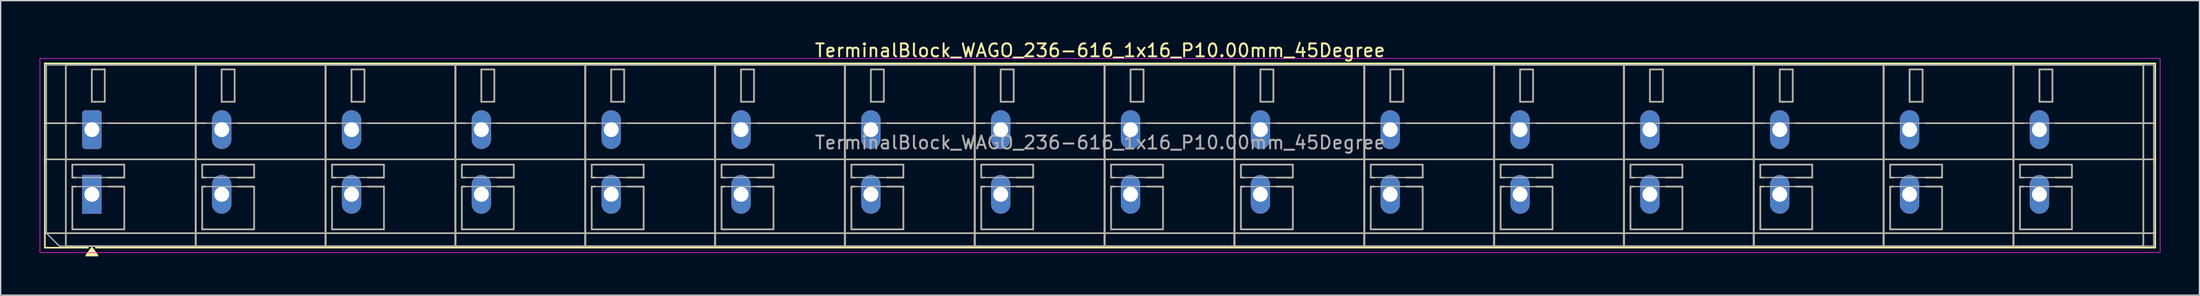
<source format=kicad_pcb>
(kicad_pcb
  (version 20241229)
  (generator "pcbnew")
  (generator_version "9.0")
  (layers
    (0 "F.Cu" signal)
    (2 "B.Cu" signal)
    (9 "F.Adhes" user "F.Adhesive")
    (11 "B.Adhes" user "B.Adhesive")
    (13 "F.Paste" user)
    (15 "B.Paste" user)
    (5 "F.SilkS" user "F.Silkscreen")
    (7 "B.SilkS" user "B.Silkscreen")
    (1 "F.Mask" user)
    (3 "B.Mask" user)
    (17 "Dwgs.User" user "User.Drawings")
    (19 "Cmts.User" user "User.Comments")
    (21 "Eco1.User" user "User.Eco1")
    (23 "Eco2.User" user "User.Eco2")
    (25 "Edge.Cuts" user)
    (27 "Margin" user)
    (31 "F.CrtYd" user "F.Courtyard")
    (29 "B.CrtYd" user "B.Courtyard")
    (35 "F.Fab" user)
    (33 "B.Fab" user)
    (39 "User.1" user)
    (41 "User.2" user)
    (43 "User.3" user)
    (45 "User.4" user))
  (footprint "TerminalBlock_WAGO_236-616_1x16_P10.00mm_45Degree"
    (layer "F.Cu")
    (at 4.025 6.968)
    (property "Reference" "TerminalBlock_WAGO_236-616_1x16_P10.00mm_45Degree" (at 77.65 -6.12 0) (layer "F.SilkS") (effects (font (size 1 1) (thickness 0.15))))
    (attr through_hole)
    (fp_line (start -3.62 -5.12) (end -3.62 9.12) (stroke (width 0.12) (type solid)) (layer "F.SilkS"))
    (fp_line (start -3.62 -5.12) (end 158.92 -5.12) (stroke (width 0.12) (type solid)) (layer "F.SilkS"))
    (fp_line (start -3.62 -0.5) (end -1.23 -0.5) (stroke (width 0.12) (type solid)) (layer "F.SilkS"))
    (fp_line (start -3.62 2.3) (end 158.92 2.3) (stroke (width 0.12) (type solid)) (layer "F.SilkS"))
    (fp_line (start -3.62 8) (end 158.92 8) (stroke (width 0.12) (type solid)) (layer "F.SilkS"))
    (fp_line (start -3.62 9.12) (end -0.3 9.12) (stroke (width 0.12) (type solid)) (layer "F.SilkS"))
    (fp_line (start -2 -5) (end -2 9) (stroke (width 0.12) (type solid)) (layer "F.SilkS"))
    (fp_line (start -2 -5) (end 8 -5) (stroke (width 0.12) (type solid)) (layer "F.SilkS"))
    (fp_line (start -2 9) (end 8 9) (stroke (width 0.12) (type solid)) (layer "F.SilkS"))
    (fp_line (start -1.5 2.7) (end -1.5 3.7) (stroke (width 0.12) (type solid)) (layer "F.SilkS"))
    (fp_line (start -1.5 2.7) (end 2.5 2.7) (stroke (width 0.12) (type solid)) (layer "F.SilkS"))
    (fp_line (start -1.5 3.7) (end -1.23 3.7) (stroke (width 0.12) (type solid)) (layer "F.SilkS"))
    (fp_line (start -1.5 4.4) (end -1.5 7.7) (stroke (width 0.12) (type solid)) (layer "F.SilkS"))
    (fp_line (start -1.5 4.4) (end -1.23 4.4) (stroke (width 0.12) (type solid)) (layer "F.SilkS"))
    (fp_line (start -1.5 7.7) (end 2.5 7.7) (stroke (width 0.12) (type solid)) (layer "F.SilkS"))
    (fp_line (start 0 -4.65) (end 0 -2.15) (stroke (width 0.12) (type solid)) (layer "F.SilkS"))
    (fp_line (start 0 -4.65) (end 1 -4.65) (stroke (width 0.12) (type solid)) (layer "F.SilkS"))
    (fp_line (start 0 -2.15) (end 1 -2.15) (stroke (width 0.12) (type solid)) (layer "F.SilkS"))
    (fp_line (start 0.3 9.12) (end 158.92 9.12) (stroke (width 0.12) (type solid)) (layer "F.SilkS"))
    (fp_line (start 1 -4.65) (end 1 -2.15) (stroke (width 0.12) (type solid)) (layer "F.SilkS"))
    (fp_line (start 1.23 -0.5) (end 8.77 -0.5) (stroke (width 0.12) (type solid)) (layer "F.SilkS"))
    (fp_line (start 1.23 3.7) (end 2.5 3.7) (stroke (width 0.12) (type solid)) (layer "F.SilkS"))
    (fp_line (start 1.23 4.4) (end 2.5 4.4) (stroke (width 0.12) (type solid)) (layer "F.SilkS"))
    (fp_line (start 2.5 2.7) (end 2.5 3.7) (stroke (width 0.12) (type solid)) (layer "F.SilkS"))
    (fp_line (start 2.5 4.4) (end 2.5 7.7) (stroke (width 0.12) (type solid)) (layer "F.SilkS"))
    (fp_line (start 8 -5) (end 8 9) (stroke (width 0.12) (type solid)) (layer "F.SilkS"))
    (fp_line (start 8 -5) (end 8 9) (stroke (width 0.12) (type solid)) (layer "F.SilkS"))
    (fp_line (start 8 -5) (end 18 -5) (stroke (width 0.12) (type solid)) (layer "F.SilkS"))
    (fp_line (start 8 9) (end 18 9) (stroke (width 0.12) (type solid)) (layer "F.SilkS"))
    (fp_line (start 8.5 2.7) (end 8.5 3.7) (stroke (width 0.12) (type solid)) (layer "F.SilkS"))
    (fp_line (start 8.5 2.7) (end 12.5 2.7) (stroke (width 0.12) (type solid)) (layer "F.SilkS"))
    (fp_line (start 8.5 3.7) (end 8.77 3.7) (stroke (width 0.12) (type solid)) (layer "F.SilkS"))
    (fp_line (start 8.5 4.4) (end 8.5 7.7) (stroke (width 0.12) (type solid)) (layer "F.SilkS"))
    (fp_line (start 8.5 4.4) (end 8.77 4.4) (stroke (width 0.12) (type solid)) (layer "F.SilkS"))
    (fp_line (start 8.5 7.7) (end 12.5 7.7) (stroke (width 0.12) (type solid)) (layer "F.SilkS"))
    (fp_line (start 10 -4.65) (end 10 -2.15) (stroke (width 0.12) (type solid)) (layer "F.SilkS"))
    (fp_line (start 10 -4.65) (end 11 -4.65) (stroke (width 0.12) (type solid)) (layer "F.SilkS"))
    (fp_line (start 10 -2.15) (end 11 -2.15) (stroke (width 0.12) (type solid)) (layer "F.SilkS"))
    (fp_line (start 11 -4.65) (end 11 -2.15) (stroke (width 0.12) (type solid)) (layer "F.SilkS"))
    (fp_line (start 11.23 -0.5) (end 18.77 -0.5) (stroke (width 0.12) (type solid)) (layer "F.SilkS"))
    (fp_line (start 11.23 3.7) (end 12.5 3.7) (stroke (width 0.12) (type solid)) (layer "F.SilkS"))
    (fp_line (start 11.23 4.4) (end 12.5 4.4) (stroke (width 0.12) (type solid)) (layer "F.SilkS"))
    (fp_line (start 12.5 2.7) (end 12.5 3.7) (stroke (width 0.12) (type solid)) (layer "F.SilkS"))
    (fp_line (start 12.5 4.4) (end 12.5 7.7) (stroke (width 0.12) (type solid)) (layer "F.SilkS"))
    (fp_line (start 18 -5) (end 18 9) (stroke (width 0.12) (type solid)) (layer "F.SilkS"))
    (fp_line (start 18 -5) (end 18 9) (stroke (width 0.12) (type solid)) (layer "F.SilkS"))
    (fp_line (start 18 -5) (end 28 -5) (stroke (width 0.12) (type solid)) (layer "F.SilkS"))
    (fp_line (start 18 9) (end 28 9) (stroke (width 0.12) (type solid)) (layer "F.SilkS"))
    (fp_line (start 18.5 2.7) (end 18.5 3.7) (stroke (width 0.12) (type solid)) (layer "F.SilkS"))
    (fp_line (start 18.5 2.7) (end 22.5 2.7) (stroke (width 0.12) (type solid)) (layer "F.SilkS"))
    (fp_line (start 18.5 3.7) (end 18.77 3.7) (stroke (width 0.12) (type solid)) (layer "F.SilkS"))
    (fp_line (start 18.5 4.4) (end 18.5 7.7) (stroke (width 0.12) (type solid)) (layer "F.SilkS"))
    (fp_line (start 18.5 4.4) (end 18.77 4.4) (stroke (width 0.12) (type solid)) (layer "F.SilkS"))
    (fp_line (start 18.5 7.7) (end 22.5 7.7) (stroke (width 0.12) (type solid)) (layer "F.SilkS"))
    (fp_line (start 20 -4.65) (end 20 -2.15) (stroke (width 0.12) (type solid)) (layer "F.SilkS"))
    (fp_line (start 20 -4.65) (end 21 -4.65) (stroke (width 0.12) (type solid)) (layer "F.SilkS"))
    (fp_line (start 20 -2.15) (end 21 -2.15) (stroke (width 0.12) (type solid)) (layer "F.SilkS"))
    (fp_line (start 21 -4.65) (end 21 -2.15) (stroke (width 0.12) (type solid)) (layer "F.SilkS"))
    (fp_line (start 21.23 -0.5) (end 28.77 -0.5) (stroke (width 0.12) (type solid)) (layer "F.SilkS"))
    (fp_line (start 21.23 3.7) (end 22.5 3.7) (stroke (width 0.12) (type solid)) (layer "F.SilkS"))
    (fp_line (start 21.23 4.4) (end 22.5 4.4) (stroke (width 0.12) (type solid)) (layer "F.SilkS"))
    (fp_line (start 22.5 2.7) (end 22.5 3.7) (stroke (width 0.12) (type solid)) (layer "F.SilkS"))
    (fp_line (start 22.5 4.4) (end 22.5 7.7) (stroke (width 0.12) (type solid)) (layer "F.SilkS"))
    (fp_line (start 28 -5) (end 28 9) (stroke (width 0.12) (type solid)) (layer "F.SilkS"))
    (fp_line (start 28 -5) (end 28 9) (stroke (width 0.12) (type solid)) (layer "F.SilkS"))
    (fp_line (start 28 -5) (end 38 -5) (stroke (width 0.12) (type solid)) (layer "F.SilkS"))
    (fp_line (start 28 9) (end 38 9) (stroke (width 0.12) (type solid)) (layer "F.SilkS"))
    (fp_line (start 28.5 2.7) (end 28.5 3.7) (stroke (width 0.12) (type solid)) (layer "F.SilkS"))
    (fp_line (start 28.5 2.7) (end 32.5 2.7) (stroke (width 0.12) (type solid)) (layer "F.SilkS"))
    (fp_line (start 28.5 3.7) (end 28.77 3.7) (stroke (width 0.12) (type solid)) (layer "F.SilkS"))
    (fp_line (start 28.5 4.4) (end 28.5 7.7) (stroke (width 0.12) (type solid)) (layer "F.SilkS"))
    (fp_line (start 28.5 4.4) (end 28.77 4.4) (stroke (width 0.12) (type solid)) (layer "F.SilkS"))
    (fp_line (start 28.5 7.7) (end 32.5 7.7) (stroke (width 0.12) (type solid)) (layer "F.SilkS"))
    (fp_line (start 30 -4.65) (end 30 -2.15) (stroke (width 0.12) (type solid)) (layer "F.SilkS"))
    (fp_line (start 30 -4.65) (end 31 -4.65) (stroke (width 0.12) (type solid)) (layer "F.SilkS"))
    (fp_line (start 30 -2.15) (end 31 -2.15) (stroke (width 0.12) (type solid)) (layer "F.SilkS"))
    (fp_line (start 31 -4.65) (end 31 -2.15) (stroke (width 0.12) (type solid)) (layer "F.SilkS"))
    (fp_line (start 31.23 -0.5) (end 38.77 -0.5) (stroke (width 0.12) (type solid)) (layer "F.SilkS"))
    (fp_line (start 31.23 3.7) (end 32.5 3.7) (stroke (width 0.12) (type solid)) (layer "F.SilkS"))
    (fp_line (start 31.23 4.4) (end 32.5 4.4) (stroke (width 0.12) (type solid)) (layer "F.SilkS"))
    (fp_line (start 32.5 2.7) (end 32.5 3.7) (stroke (width 0.12) (type solid)) (layer "F.SilkS"))
    (fp_line (start 32.5 4.4) (end 32.5 7.7) (stroke (width 0.12) (type solid)) (layer "F.SilkS"))
    (fp_line (start 38 -5) (end 38 9) (stroke (width 0.12) (type solid)) (layer "F.SilkS"))
    (fp_line (start 38 -5) (end 38 9) (stroke (width 0.12) (type solid)) (layer "F.SilkS"))
    (fp_line (start 38 -5) (end 48 -5) (stroke (width 0.12) (type solid)) (layer "F.SilkS"))
    (fp_line (start 38 9) (end 48 9) (stroke (width 0.12) (type solid)) (layer "F.SilkS"))
    (fp_line (start 38.5 2.7) (end 38.5 3.7) (stroke (width 0.12) (type solid)) (layer "F.SilkS"))
    (fp_line (start 38.5 2.7) (end 42.5 2.7) (stroke (width 0.12) (type solid)) (layer "F.SilkS"))
    (fp_line (start 38.5 3.7) (end 38.77 3.7) (stroke (width 0.12) (type solid)) (layer "F.SilkS"))
    (fp_line (start 38.5 4.4) (end 38.5 7.7) (stroke (width 0.12) (type solid)) (layer "F.SilkS"))
    (fp_line (start 38.5 4.4) (end 38.77 4.4) (stroke (width 0.12) (type solid)) (layer "F.SilkS"))
    (fp_line (start 38.5 7.7) (end 42.5 7.7) (stroke (width 0.12) (type solid)) (layer "F.SilkS"))
    (fp_line (start 40 -4.65) (end 40 -2.15) (stroke (width 0.12) (type solid)) (layer "F.SilkS"))
    (fp_line (start 40 -4.65) (end 41 -4.65) (stroke (width 0.12) (type solid)) (layer "F.SilkS"))
    (fp_line (start 40 -2.15) (end 41 -2.15) (stroke (width 0.12) (type solid)) (layer "F.SilkS"))
    (fp_line (start 41 -4.65) (end 41 -2.15) (stroke (width 0.12) (type solid)) (layer "F.SilkS"))
    (fp_line (start 41.23 -0.5) (end 48.77 -0.5) (stroke (width 0.12) (type solid)) (layer "F.SilkS"))
    (fp_line (start 41.23 3.7) (end 42.5 3.7) (stroke (width 0.12) (type solid)) (layer "F.SilkS"))
    (fp_line (start 41.23 4.4) (end 42.5 4.4) (stroke (width 0.12) (type solid)) (layer "F.SilkS"))
    (fp_line (start 42.5 2.7) (end 42.5 3.7) (stroke (width 0.12) (type solid)) (layer "F.SilkS"))
    (fp_line (start 42.5 4.4) (end 42.5 7.7) (stroke (width 0.12) (type solid)) (layer "F.SilkS"))
    (fp_line (start 48 -5) (end 48 9) (stroke (width 0.12) (type solid)) (layer "F.SilkS"))
    (fp_line (start 48 -5) (end 48 9) (stroke (width 0.12) (type solid)) (layer "F.SilkS"))
    (fp_line (start 48 -5) (end 58 -5) (stroke (width 0.12) (type solid)) (layer "F.SilkS"))
    (fp_line (start 48 9) (end 58 9) (stroke (width 0.12) (type solid)) (layer "F.SilkS"))
    (fp_line (start 48.5 2.7) (end 48.5 3.7) (stroke (width 0.12) (type solid)) (layer "F.SilkS"))
    (fp_line (start 48.5 2.7) (end 52.5 2.7) (stroke (width 0.12) (type solid)) (layer "F.SilkS"))
    (fp_line (start 48.5 3.7) (end 48.77 3.7) (stroke (width 0.12) (type solid)) (layer "F.SilkS"))
    (fp_line (start 48.5 4.4) (end 48.5 7.7) (stroke (width 0.12) (type solid)) (layer "F.SilkS"))
    (fp_line (start 48.5 4.4) (end 48.77 4.4) (stroke (width 0.12) (type solid)) (layer "F.SilkS"))
    (fp_line (start 48.5 7.7) (end 52.5 7.7) (stroke (width 0.12) (type solid)) (layer "F.SilkS"))
    (fp_line (start 50 -4.65) (end 50 -2.15) (stroke (width 0.12) (type solid)) (layer "F.SilkS"))
    (fp_line (start 50 -4.65) (end 51 -4.65) (stroke (width 0.12) (type solid)) (layer "F.SilkS"))
    (fp_line (start 50 -2.15) (end 51 -2.15) (stroke (width 0.12) (type solid)) (layer "F.SilkS"))
    (fp_line (start 51 -4.65) (end 51 -2.15) (stroke (width 0.12) (type solid)) (layer "F.SilkS"))
    (fp_line (start 51.23 -0.5) (end 58.77 -0.5) (stroke (width 0.12) (type solid)) (layer "F.SilkS"))
    (fp_line (start 51.23 3.7) (end 52.5 3.7) (stroke (width 0.12) (type solid)) (layer "F.SilkS"))
    (fp_line (start 51.23 4.4) (end 52.5 4.4) (stroke (width 0.12) (type solid)) (layer "F.SilkS"))
    (fp_line (start 52.5 2.7) (end 52.5 3.7) (stroke (width 0.12) (type solid)) (layer "F.SilkS"))
    (fp_line (start 52.5 4.4) (end 52.5 7.7) (stroke (width 0.12) (type solid)) (layer "F.SilkS"))
    (fp_line (start 58 -5) (end 58 9) (stroke (width 0.12) (type solid)) (layer "F.SilkS"))
    (fp_line (start 58 -5) (end 58 9) (stroke (width 0.12) (type solid)) (layer "F.SilkS"))
    (fp_line (start 58 -5) (end 68 -5) (stroke (width 0.12) (type solid)) (layer "F.SilkS"))
    (fp_line (start 58 9) (end 68 9) (stroke (width 0.12) (type solid)) (layer "F.SilkS"))
    (fp_line (start 58.5 2.7) (end 58.5 3.7) (stroke (width 0.12) (type solid)) (layer "F.SilkS"))
    (fp_line (start 58.5 2.7) (end 62.5 2.7) (stroke (width 0.12) (type solid)) (layer "F.SilkS"))
    (fp_line (start 58.5 3.7) (end 58.77 3.7) (stroke (width 0.12) (type solid)) (layer "F.SilkS"))
    (fp_line (start 58.5 4.4) (end 58.5 7.7) (stroke (width 0.12) (type solid)) (layer "F.SilkS"))
    (fp_line (start 58.5 4.4) (end 58.77 4.4) (stroke (width 0.12) (type solid)) (layer "F.SilkS"))
    (fp_line (start 58.5 7.7) (end 62.5 7.7) (stroke (width 0.12) (type solid)) (layer "F.SilkS"))
    (fp_line (start 60 -4.65) (end 60 -2.15) (stroke (width 0.12) (type solid)) (layer "F.SilkS"))
    (fp_line (start 60 -4.65) (end 61 -4.65) (stroke (width 0.12) (type solid)) (layer "F.SilkS"))
    (fp_line (start 60 -2.15) (end 61 -2.15) (stroke (width 0.12) (type solid)) (layer "F.SilkS"))
    (fp_line (start 61 -4.65) (end 61 -2.15) (stroke (width 0.12) (type solid)) (layer "F.SilkS"))
    (fp_line (start 61.23 -0.5) (end 68.77 -0.5) (stroke (width 0.12) (type solid)) (layer "F.SilkS"))
    (fp_line (start 61.23 3.7) (end 62.5 3.7) (stroke (width 0.12) (type solid)) (layer "F.SilkS"))
    (fp_line (start 61.23 4.4) (end 62.5 4.4) (stroke (width 0.12) (type solid)) (layer "F.SilkS"))
    (fp_line (start 62.5 2.7) (end 62.5 3.7) (stroke (width 0.12) (type solid)) (layer "F.SilkS"))
    (fp_line (start 62.5 4.4) (end 62.5 7.7) (stroke (width 0.12) (type solid)) (layer "F.SilkS"))
    (fp_line (start 68 -5) (end 68 9) (stroke (width 0.12) (type solid)) (layer "F.SilkS"))
    (fp_line (start 68 -5) (end 68 9) (stroke (width 0.12) (type solid)) (layer "F.SilkS"))
    (fp_line (start 68 -5) (end 78 -5) (stroke (width 0.12) (type solid)) (layer "F.SilkS"))
    (fp_line (start 68 9) (end 78 9) (stroke (width 0.12) (type solid)) (layer "F.SilkS"))
    (fp_line (start 68.5 2.7) (end 68.5 3.7) (stroke (width 0.12) (type solid)) (layer "F.SilkS"))
    (fp_line (start 68.5 2.7) (end 72.5 2.7) (stroke (width 0.12) (type solid)) (layer "F.SilkS"))
    (fp_line (start 68.5 3.7) (end 68.77 3.7) (stroke (width 0.12) (type solid)) (layer "F.SilkS"))
    (fp_line (start 68.5 4.4) (end 68.5 7.7) (stroke (width 0.12) (type solid)) (layer "F.SilkS"))
    (fp_line (start 68.5 4.4) (end 68.77 4.4) (stroke (width 0.12) (type solid)) (layer "F.SilkS"))
    (fp_line (start 68.5 7.7) (end 72.5 7.7) (stroke (width 0.12) (type solid)) (layer "F.SilkS"))
    (fp_line (start 70 -4.65) (end 70 -2.15) (stroke (width 0.12) (type solid)) (layer "F.SilkS"))
    (fp_line (start 70 -4.65) (end 71 -4.65) (stroke (width 0.12) (type solid)) (layer "F.SilkS"))
    (fp_line (start 70 -2.15) (end 71 -2.15) (stroke (width 0.12) (type solid)) (layer "F.SilkS"))
    (fp_line (start 71 -4.65) (end 71 -2.15) (stroke (width 0.12) (type solid)) (layer "F.SilkS"))
    (fp_line (start 71.23 -0.5) (end 78.77 -0.5) (stroke (width 0.12) (type solid)) (layer "F.SilkS"))
    (fp_line (start 71.23 3.7) (end 72.5 3.7) (stroke (width 0.12) (type solid)) (layer "F.SilkS"))
    (fp_line (start 71.23 4.4) (end 72.5 4.4) (stroke (width 0.12) (type solid)) (layer "F.SilkS"))
    (fp_line (start 72.5 2.7) (end 72.5 3.7) (stroke (width 0.12) (type solid)) (layer "F.SilkS"))
    (fp_line (start 72.5 4.4) (end 72.5 7.7) (stroke (width 0.12) (type solid)) (layer "F.SilkS"))
    (fp_line (start 78 -5) (end 78 9) (stroke (width 0.12) (type solid)) (layer "F.SilkS"))
    (fp_line (start 78 -5) (end 78 9) (stroke (width 0.12) (type solid)) (layer "F.SilkS"))
    (fp_line (start 78 -5) (end 88 -5) (stroke (width 0.12) (type solid)) (layer "F.SilkS"))
    (fp_line (start 78 9) (end 88 9) (stroke (width 0.12) (type solid)) (layer "F.SilkS"))
    (fp_line (start 78.5 2.7) (end 78.5 3.7) (stroke (width 0.12) (type solid)) (layer "F.SilkS"))
    (fp_line (start 78.5 2.7) (end 82.5 2.7) (stroke (width 0.12) (type solid)) (layer "F.SilkS"))
    (fp_line (start 78.5 3.7) (end 78.77 3.7) (stroke (width 0.12) (type solid)) (layer "F.SilkS"))
    (fp_line (start 78.5 4.4) (end 78.5 7.7) (stroke (width 0.12) (type solid)) (layer "F.SilkS"))
    (fp_line (start 78.5 4.4) (end 78.77 4.4) (stroke (width 0.12) (type solid)) (layer "F.SilkS"))
    (fp_line (start 78.5 7.7) (end 82.5 7.7) (stroke (width 0.12) (type solid)) (layer "F.SilkS"))
    (fp_line (start 80 -4.65) (end 80 -2.15) (stroke (width 0.12) (type solid)) (layer "F.SilkS"))
    (fp_line (start 80 -4.65) (end 81 -4.65) (stroke (width 0.12) (type solid)) (layer "F.SilkS"))
    (fp_line (start 80 -2.15) (end 81 -2.15) (stroke (width 0.12) (type solid)) (layer "F.SilkS"))
    (fp_line (start 81 -4.65) (end 81 -2.15) (stroke (width 0.12) (type solid)) (layer "F.SilkS"))
    (fp_line (start 81.23 -0.5) (end 88.77 -0.5) (stroke (width 0.12) (type solid)) (layer "F.SilkS"))
    (fp_line (start 81.23 3.7) (end 82.5 3.7) (stroke (width 0.12) (type solid)) (layer "F.SilkS"))
    (fp_line (start 81.23 4.4) (end 82.5 4.4) (stroke (width 0.12) (type solid)) (layer "F.SilkS"))
    (fp_line (start 82.5 2.7) (end 82.5 3.7) (stroke (width 0.12) (type solid)) (layer "F.SilkS"))
    (fp_line (start 82.5 4.4) (end 82.5 7.7) (stroke (width 0.12) (type solid)) (layer "F.SilkS"))
    (fp_line (start 88 -5) (end 88 9) (stroke (width 0.12) (type solid)) (layer "F.SilkS"))
    (fp_line (start 88 -5) (end 88 9) (stroke (width 0.12) (type solid)) (layer "F.SilkS"))
    (fp_line (start 88 -5) (end 98 -5) (stroke (width 0.12) (type solid)) (layer "F.SilkS"))
    (fp_line (start 88 9) (end 98 9) (stroke (width 0.12) (type solid)) (layer "F.SilkS"))
    (fp_line (start 88.5 2.7) (end 88.5 3.7) (stroke (width 0.12) (type solid)) (layer "F.SilkS"))
    (fp_line (start 88.5 2.7) (end 92.5 2.7) (stroke (width 0.12) (type solid)) (layer "F.SilkS"))
    (fp_line (start 88.5 3.7) (end 88.77 3.7) (stroke (width 0.12) (type solid)) (layer "F.SilkS"))
    (fp_line (start 88.5 4.4) (end 88.5 7.7) (stroke (width 0.12) (type solid)) (layer "F.SilkS"))
    (fp_line (start 88.5 4.4) (end 88.77 4.4) (stroke (width 0.12) (type solid)) (layer "F.SilkS"))
    (fp_line (start 88.5 7.7) (end 92.5 7.7) (stroke (width 0.12) (type solid)) (layer "F.SilkS"))
    (fp_line (start 90 -4.65) (end 90 -2.15) (stroke (width 0.12) (type solid)) (layer "F.SilkS"))
    (fp_line (start 90 -4.65) (end 91 -4.65) (stroke (width 0.12) (type solid)) (layer "F.SilkS"))
    (fp_line (start 90 -2.15) (end 91 -2.15) (stroke (width 0.12) (type solid)) (layer "F.SilkS"))
    (fp_line (start 91 -4.65) (end 91 -2.15) (stroke (width 0.12) (type solid)) (layer "F.SilkS"))
    (fp_line (start 91.23 -0.5) (end 98.77 -0.5) (stroke (width 0.12) (type solid)) (layer "F.SilkS"))
    (fp_line (start 91.23 3.7) (end 92.5 3.7) (stroke (width 0.12) (type solid)) (layer "F.SilkS"))
    (fp_line (start 91.23 4.4) (end 92.5 4.4) (stroke (width 0.12) (type solid)) (layer "F.SilkS"))
    (fp_line (start 92.5 2.7) (end 92.5 3.7) (stroke (width 0.12) (type solid)) (layer "F.SilkS"))
    (fp_line (start 92.5 4.4) (end 92.5 7.7) (stroke (width 0.12) (type solid)) (layer "F.SilkS"))
    (fp_line (start 98 -5) (end 98 9) (stroke (width 0.12) (type solid)) (layer "F.SilkS"))
    (fp_line (start 98 -5) (end 98 9) (stroke (width 0.12) (type solid)) (layer "F.SilkS"))
    (fp_line (start 98 -5) (end 108 -5) (stroke (width 0.12) (type solid)) (layer "F.SilkS"))
    (fp_line (start 98 9) (end 108 9) (stroke (width 0.12) (type solid)) (layer "F.SilkS"))
    (fp_line (start 98.5 2.7) (end 98.5 3.7) (stroke (width 0.12) (type solid)) (layer "F.SilkS"))
    (fp_line (start 98.5 2.7) (end 102.5 2.7) (stroke (width 0.12) (type solid)) (layer "F.SilkS"))
    (fp_line (start 98.5 3.7) (end 98.77 3.7) (stroke (width 0.12) (type solid)) (layer "F.SilkS"))
    (fp_line (start 98.5 4.4) (end 98.5 7.7) (stroke (width 0.12) (type solid)) (layer "F.SilkS"))
    (fp_line (start 98.5 4.4) (end 98.77 4.4) (stroke (width 0.12) (type solid)) (layer "F.SilkS"))
    (fp_line (start 98.5 7.7) (end 102.5 7.7) (stroke (width 0.12) (type solid)) (layer "F.SilkS"))
    (fp_line (start 100 -4.65) (end 100 -2.15) (stroke (width 0.12) (type solid)) (layer "F.SilkS"))
    (fp_line (start 100 -4.65) (end 101 -4.65) (stroke (width 0.12) (type solid)) (layer "F.SilkS"))
    (fp_line (start 100 -2.15) (end 101 -2.15) (stroke (width 0.12) (type solid)) (layer "F.SilkS"))
    (fp_line (start 101 -4.65) (end 101 -2.15) (stroke (width 0.12) (type solid)) (layer "F.SilkS"))
    (fp_line (start 101.23 -0.5) (end 108.77 -0.5) (stroke (width 0.12) (type solid)) (layer "F.SilkS"))
    (fp_line (start 101.23 3.7) (end 102.5 3.7) (stroke (width 0.12) (type solid)) (layer "F.SilkS"))
    (fp_line (start 101.23 4.4) (end 102.5 4.4) (stroke (width 0.12) (type solid)) (layer "F.SilkS"))
    (fp_line (start 102.5 2.7) (end 102.5 3.7) (stroke (width 0.12) (type solid)) (layer "F.SilkS"))
    (fp_line (start 102.5 4.4) (end 102.5 7.7) (stroke (width 0.12) (type solid)) (layer "F.SilkS"))
    (fp_line (start 108 -5) (end 108 9) (stroke (width 0.12) (type solid)) (layer "F.SilkS"))
    (fp_line (start 108 -5) (end 108 9) (stroke (width 0.12) (type solid)) (layer "F.SilkS"))
    (fp_line (start 108 -5) (end 118 -5) (stroke (width 0.12) (type solid)) (layer "F.SilkS"))
    (fp_line (start 108 9) (end 118 9) (stroke (width 0.12) (type solid)) (layer "F.SilkS"))
    (fp_line (start 108.5 2.7) (end 108.5 3.7) (stroke (width 0.12) (type solid)) (layer "F.SilkS"))
    (fp_line (start 108.5 2.7) (end 112.5 2.7) (stroke (width 0.12) (type solid)) (layer "F.SilkS"))
    (fp_line (start 108.5 3.7) (end 108.77 3.7) (stroke (width 0.12) (type solid)) (layer "F.SilkS"))
    (fp_line (start 108.5 4.4) (end 108.5 7.7) (stroke (width 0.12) (type solid)) (layer "F.SilkS"))
    (fp_line (start 108.5 4.4) (end 108.77 4.4) (stroke (width 0.12) (type solid)) (layer "F.SilkS"))
    (fp_line (start 108.5 7.7) (end 112.5 7.7) (stroke (width 0.12) (type solid)) (layer "F.SilkS"))
    (fp_line (start 110 -4.65) (end 110 -2.15) (stroke (width 0.12) (type solid)) (layer "F.SilkS"))
    (fp_line (start 110 -4.65) (end 111 -4.65) (stroke (width 0.12) (type solid)) (layer "F.SilkS"))
    (fp_line (start 110 -2.15) (end 111 -2.15) (stroke (width 0.12) (type solid)) (layer "F.SilkS"))
    (fp_line (start 111 -4.65) (end 111 -2.15) (stroke (width 0.12) (type solid)) (layer "F.SilkS"))
    (fp_line (start 111.23 -0.5) (end 118.77 -0.5) (stroke (width 0.12) (type solid)) (layer "F.SilkS"))
    (fp_line (start 111.23 3.7) (end 112.5 3.7) (stroke (width 0.12) (type solid)) (layer "F.SilkS"))
    (fp_line (start 111.23 4.4) (end 112.5 4.4) (stroke (width 0.12) (type solid)) (layer "F.SilkS"))
    (fp_line (start 112.5 2.7) (end 112.5 3.7) (stroke (width 0.12) (type solid)) (layer "F.SilkS"))
    (fp_line (start 112.5 4.4) (end 112.5 7.7) (stroke (width 0.12) (type solid)) (layer "F.SilkS"))
    (fp_line (start 118 -5) (end 118 9) (stroke (width 0.12) (type solid)) (layer "F.SilkS"))
    (fp_line (start 118 -5) (end 118 9) (stroke (width 0.12) (type solid)) (layer "F.SilkS"))
    (fp_line (start 118 -5) (end 128 -5) (stroke (width 0.12) (type solid)) (layer "F.SilkS"))
    (fp_line (start 118 9) (end 128 9) (stroke (width 0.12) (type solid)) (layer "F.SilkS"))
    (fp_line (start 118.5 2.7) (end 118.5 3.7) (stroke (width 0.12) (type solid)) (layer "F.SilkS"))
    (fp_line (start 118.5 2.7) (end 122.5 2.7) (stroke (width 0.12) (type solid)) (layer "F.SilkS"))
    (fp_line (start 118.5 3.7) (end 118.77 3.7) (stroke (width 0.12) (type solid)) (layer "F.SilkS"))
    (fp_line (start 118.5 4.4) (end 118.5 7.7) (stroke (width 0.12) (type solid)) (layer "F.SilkS"))
    (fp_line (start 118.5 4.4) (end 118.77 4.4) (stroke (width 0.12) (type solid)) (layer "F.SilkS"))
    (fp_line (start 118.5 7.7) (end 122.5 7.7) (stroke (width 0.12) (type solid)) (layer "F.SilkS"))
    (fp_line (start 120 -4.65) (end 120 -2.15) (stroke (width 0.12) (type solid)) (layer "F.SilkS"))
    (fp_line (start 120 -4.65) (end 121 -4.65) (stroke (width 0.12) (type solid)) (layer "F.SilkS"))
    (fp_line (start 120 -2.15) (end 121 -2.15) (stroke (width 0.12) (type solid)) (layer "F.SilkS"))
    (fp_line (start 121 -4.65) (end 121 -2.15) (stroke (width 0.12) (type solid)) (layer "F.SilkS"))
    (fp_line (start 121.23 -0.5) (end 128.77 -0.5) (stroke (width 0.12) (type solid)) (layer "F.SilkS"))
    (fp_line (start 121.23 3.7) (end 122.5 3.7) (stroke (width 0.12) (type solid)) (layer "F.SilkS"))
    (fp_line (start 121.23 4.4) (end 122.5 4.4) (stroke (width 0.12) (type solid)) (layer "F.SilkS"))
    (fp_line (start 122.5 2.7) (end 122.5 3.7) (stroke (width 0.12) (type solid)) (layer "F.SilkS"))
    (fp_line (start 122.5 4.4) (end 122.5 7.7) (stroke (width 0.12) (type solid)) (layer "F.SilkS"))
    (fp_line (start 128 -5) (end 128 9) (stroke (width 0.12) (type solid)) (layer "F.SilkS"))
    (fp_line (start 128 -5) (end 128 9) (stroke (width 0.12) (type solid)) (layer "F.SilkS"))
    (fp_line (start 128 -5) (end 138 -5) (stroke (width 0.12) (type solid)) (layer "F.SilkS"))
    (fp_line (start 128 9) (end 138 9) (stroke (width 0.12) (type solid)) (layer "F.SilkS"))
    (fp_line (start 128.5 2.7) (end 128.5 3.7) (stroke (width 0.12) (type solid)) (layer "F.SilkS"))
    (fp_line (start 128.5 2.7) (end 132.5 2.7) (stroke (width 0.12) (type solid)) (layer "F.SilkS"))
    (fp_line (start 128.5 3.7) (end 128.77 3.7) (stroke (width 0.12) (type solid)) (layer "F.SilkS"))
    (fp_line (start 128.5 4.4) (end 128.5 7.7) (stroke (width 0.12) (type solid)) (layer "F.SilkS"))
    (fp_line (start 128.5 4.4) (end 128.77 4.4) (stroke (width 0.12) (type solid)) (layer "F.SilkS"))
    (fp_line (start 128.5 7.7) (end 132.5 7.7) (stroke (width 0.12) (type solid)) (layer "F.SilkS"))
    (fp_line (start 130 -4.65) (end 130 -2.15) (stroke (width 0.12) (type solid)) (layer "F.SilkS"))
    (fp_line (start 130 -4.65) (end 131 -4.65) (stroke (width 0.12) (type solid)) (layer "F.SilkS"))
    (fp_line (start 130 -2.15) (end 131 -2.15) (stroke (width 0.12) (type solid)) (layer "F.SilkS"))
    (fp_line (start 131 -4.65) (end 131 -2.15) (stroke (width 0.12) (type solid)) (layer "F.SilkS"))
    (fp_line (start 131.23 -0.5) (end 138.77 -0.5) (stroke (width 0.12) (type solid)) (layer "F.SilkS"))
    (fp_line (start 131.23 3.7) (end 132.5 3.7) (stroke (width 0.12) (type solid)) (layer "F.SilkS"))
    (fp_line (start 131.23 4.4) (end 132.5 4.4) (stroke (width 0.12) (type solid)) (layer "F.SilkS"))
    (fp_line (start 132.5 2.7) (end 132.5 3.7) (stroke (width 0.12) (type solid)) (layer "F.SilkS"))
    (fp_line (start 132.5 4.4) (end 132.5 7.7) (stroke (width 0.12) (type solid)) (layer "F.SilkS"))
    (fp_line (start 138 -5) (end 138 9) (stroke (width 0.12) (type solid)) (layer "F.SilkS"))
    (fp_line (start 138 -5) (end 138 9) (stroke (width 0.12) (type solid)) (layer "F.SilkS"))
    (fp_line (start 138 -5) (end 148 -5) (stroke (width 0.12) (type solid)) (layer "F.SilkS"))
    (fp_line (start 138 9) (end 148 9) (stroke (width 0.12) (type solid)) (layer "F.SilkS"))
    (fp_line (start 138.5 2.7) (end 138.5 3.7) (stroke (width 0.12) (type solid)) (layer "F.SilkS"))
    (fp_line (start 138.5 2.7) (end 142.5 2.7) (stroke (width 0.12) (type solid)) (layer "F.SilkS"))
    (fp_line (start 138.5 3.7) (end 138.77 3.7) (stroke (width 0.12) (type solid)) (layer "F.SilkS"))
    (fp_line (start 138.5 4.4) (end 138.5 7.7) (stroke (width 0.12) (type solid)) (layer "F.SilkS"))
    (fp_line (start 138.5 4.4) (end 138.77 4.4) (stroke (width 0.12) (type solid)) (layer "F.SilkS"))
    (fp_line (start 138.5 7.7) (end 142.5 7.7) (stroke (width 0.12) (type solid)) (layer "F.SilkS"))
    (fp_line (start 140 -4.65) (end 140 -2.15) (stroke (width 0.12) (type solid)) (layer "F.SilkS"))
    (fp_line (start 140 -4.65) (end 141 -4.65) (stroke (width 0.12) (type solid)) (layer "F.SilkS"))
    (fp_line (start 140 -2.15) (end 141 -2.15) (stroke (width 0.12) (type solid)) (layer "F.SilkS"))
    (fp_line (start 141 -4.65) (end 141 -2.15) (stroke (width 0.12) (type solid)) (layer "F.SilkS"))
    (fp_line (start 141.23 -0.5) (end 148.77 -0.5) (stroke (width 0.12) (type solid)) (layer "F.SilkS"))
    (fp_line (start 141.23 3.7) (end 142.5 3.7) (stroke (width 0.12) (type solid)) (layer "F.SilkS"))
    (fp_line (start 141.23 4.4) (end 142.5 4.4) (stroke (width 0.12) (type solid)) (layer "F.SilkS"))
    (fp_line (start 142.5 2.7) (end 142.5 3.7) (stroke (width 0.12) (type solid)) (layer "F.SilkS"))
    (fp_line (start 142.5 4.4) (end 142.5 7.7) (stroke (width 0.12) (type solid)) (layer "F.SilkS"))
    (fp_line (start 148 -5) (end 148 9) (stroke (width 0.12) (type solid)) (layer "F.SilkS"))
    (fp_line (start 148 -5) (end 148 9) (stroke (width 0.12) (type solid)) (layer "F.SilkS"))
    (fp_line (start 148 -5) (end 158 -5) (stroke (width 0.12) (type solid)) (layer "F.SilkS"))
    (fp_line (start 148 9) (end 158 9) (stroke (width 0.12) (type solid)) (layer "F.SilkS"))
    (fp_line (start 148.5 2.7) (end 148.5 3.7) (stroke (width 0.12) (type solid)) (layer "F.SilkS"))
    (fp_line (start 148.5 2.7) (end 152.5 2.7) (stroke (width 0.12) (type solid)) (layer "F.SilkS"))
    (fp_line (start 148.5 3.7) (end 148.77 3.7) (stroke (width 0.12) (type solid)) (layer "F.SilkS"))
    (fp_line (start 148.5 4.4) (end 148.5 7.7) (stroke (width 0.12) (type solid)) (layer "F.SilkS"))
    (fp_line (start 148.5 4.4) (end 148.77 4.4) (stroke (width 0.12) (type solid)) (layer "F.SilkS"))
    (fp_line (start 148.5 7.7) (end 152.5 7.7) (stroke (width 0.12) (type solid)) (layer "F.SilkS"))
    (fp_line (start 150 -4.65) (end 150 -2.15) (stroke (width 0.12) (type solid)) (layer "F.SilkS"))
    (fp_line (start 150 -4.65) (end 151 -4.65) (stroke (width 0.12) (type solid)) (layer "F.SilkS"))
    (fp_line (start 150 -2.15) (end 151 -2.15) (stroke (width 0.12) (type solid)) (layer "F.SilkS"))
    (fp_line (start 151 -4.65) (end 151 -2.15) (stroke (width 0.12) (type solid)) (layer "F.SilkS"))
    (fp_line (start 151.23 -0.5) (end 158.92 -0.5) (stroke (width 0.12) (type solid)) (layer "F.SilkS"))
    (fp_line (start 151.23 3.7) (end 152.5 3.7) (stroke (width 0.12) (type solid)) (layer "F.SilkS"))
    (fp_line (start 151.23 4.4) (end 152.5 4.4) (stroke (width 0.12) (type solid)) (layer "F.SilkS"))
    (fp_line (start 152.5 2.7) (end 152.5 3.7) (stroke (width 0.12) (type solid)) (layer "F.SilkS"))
    (fp_line (start 152.5 4.4) (end 152.5 7.7) (stroke (width 0.12) (type solid)) (layer "F.SilkS"))
    (fp_line (start 158 -5) (end 158 9) (stroke (width 0.12) (type solid)) (layer "F.SilkS"))
    (fp_line (start 158.92 -5.12) (end 158.92 9.12) (stroke (width 0.12) (type solid)) (layer "F.SilkS"))
    (fp_poly (pts (xy 0 9.12) (xy 0.44 9.73) (xy -0.44 9.73)) (stroke (width 0.12) (type solid)) (fill yes) (layer "F.SilkS"))
    (fp_line (start -4 -5.5) (end -4 9.5) (stroke (width 0.05) (type solid)) (layer "F.CrtYd"))
    (fp_line (start -4 9.5) (end 159.3 9.5) (stroke (width 0.05) (type solid)) (layer "F.CrtYd"))
    (fp_line (start 159.3 -5.5) (end -4 -5.5) (stroke (width 0.05) (type solid)) (layer "F.CrtYd"))
    (fp_line (start 159.3 9.5) (end 159.3 -5.5) (stroke (width 0.05) (type solid)) (layer "F.CrtYd"))
    (fp_line (start -3.5 -5) (end 158.8 -5) (stroke (width 0.1) (type solid)) (layer "F.Fab"))
    (fp_line (start -3.5 -0.5) (end 158.8 -0.5) (stroke (width 0.1) (type solid)) (layer "F.Fab"))
    (fp_line (start -3.5 2.3) (end 158.8 2.3) (stroke (width 0.1) (type solid)) (layer "F.Fab"))
    (fp_line (start -3.5 8) (end -3.5 -5) (stroke (width 0.1) (type solid)) (layer "F.Fab"))
    (fp_line (start -3.5 8) (end 158.8 8) (stroke (width 0.1) (type solid)) (layer "F.Fab"))
    (fp_line (start -2.5 9) (end -3.5 8) (stroke (width 0.1) (type solid)) (layer "F.Fab"))
    (fp_line (start -2 -5) (end -2 9) (stroke (width 0.1) (type solid)) (layer "F.Fab"))
    (fp_line (start -2 9) (end 8 9) (stroke (width 0.1) (type solid)) (layer "F.Fab"))
    (fp_line (start -1.5 2.7) (end -1.5 3.7) (stroke (width 0.1) (type solid)) (layer "F.Fab"))
    (fp_line (start -1.5 3.7) (end 2.5 3.7) (stroke (width 0.1) (type solid)) (layer "F.Fab"))
    (fp_line (start -1.5 4.4) (end -1.5 7.7) (stroke (width 0.1) (type solid)) (layer "F.Fab"))
    (fp_line (start -1.5 7.7) (end 2.5 7.7) (stroke (width 0.1) (type solid)) (layer "F.Fab"))
    (fp_line (start 0 -4.65) (end 0 -2.15) (stroke (width 0.1) (type solid)) (layer "F.Fab"))
    (fp_line (start 0 -2.15) (end 1 -2.15) (stroke (width 0.1) (type solid)) (layer "F.Fab"))
    (fp_line (start 1 -4.65) (end 0 -4.65) (stroke (width 0.1) (type solid)) (layer "F.Fab"))
    (fp_line (start 1 -2.15) (end 1 -4.65) (stroke (width 0.1) (type solid)) (layer "F.Fab"))
    (fp_line (start 2.5 2.7) (end -1.5 2.7) (stroke (width 0.1) (type solid)) (layer "F.Fab"))
    (fp_line (start 2.5 3.7) (end 2.5 2.7) (stroke (width 0.1) (type solid)) (layer "F.Fab"))
    (fp_line (start 2.5 4.4) (end -1.5 4.4) (stroke (width 0.1) (type solid)) (layer "F.Fab"))
    (fp_line (start 2.5 7.7) (end 2.5 4.4) (stroke (width 0.1) (type solid)) (layer "F.Fab"))
    (fp_line (start 8 -5) (end -2 -5) (stroke (width 0.1) (type solid)) (layer "F.Fab"))
    (fp_line (start 8 -5) (end 8 9) (stroke (width 0.1) (type solid)) (layer "F.Fab"))
    (fp_line (start 8 9) (end 8 -5) (stroke (width 0.1) (type solid)) (layer "F.Fab"))
    (fp_line (start 8 9) (end 18 9) (stroke (width 0.1) (type solid)) (layer "F.Fab"))
    (fp_line (start 8.5 2.7) (end 8.5 3.7) (stroke (width 0.1) (type solid)) (layer "F.Fab"))
    (fp_line (start 8.5 3.7) (end 12.5 3.7) (stroke (width 0.1) (type solid)) (layer "F.Fab"))
    (fp_line (start 8.5 4.4) (end 8.5 7.7) (stroke (width 0.1) (type solid)) (layer "F.Fab"))
    (fp_line (start 8.5 7.7) (end 12.5 7.7) (stroke (width 0.1) (type solid)) (layer "F.Fab"))
    (fp_line (start 10 -4.65) (end 10 -2.15) (stroke (width 0.1) (type solid)) (layer "F.Fab"))
    (fp_line (start 10 -2.15) (end 11 -2.15) (stroke (width 0.1) (type solid)) (layer "F.Fab"))
    (fp_line (start 11 -4.65) (end 10 -4.65) (stroke (width 0.1) (type solid)) (layer "F.Fab"))
    (fp_line (start 11 -2.15) (end 11 -4.65) (stroke (width 0.1) (type solid)) (layer "F.Fab"))
    (fp_line (start 12.5 2.7) (end 8.5 2.7) (stroke (width 0.1) (type solid)) (layer "F.Fab"))
    (fp_line (start 12.5 3.7) (end 12.5 2.7) (stroke (width 0.1) (type solid)) (layer "F.Fab"))
    (fp_line (start 12.5 4.4) (end 8.5 4.4) (stroke (width 0.1) (type solid)) (layer "F.Fab"))
    (fp_line (start 12.5 7.7) (end 12.5 4.4) (stroke (width 0.1) (type solid)) (layer "F.Fab"))
    (fp_line (start 18 -5) (end 8 -5) (stroke (width 0.1) (type solid)) (layer "F.Fab"))
    (fp_line (start 18 -5) (end 18 9) (stroke (width 0.1) (type solid)) (layer "F.Fab"))
    (fp_line (start 18 9) (end 18 -5) (stroke (width 0.1) (type solid)) (layer "F.Fab"))
    (fp_line (start 18 9) (end 28 9) (stroke (width 0.1) (type solid)) (layer "F.Fab"))
    (fp_line (start 18.5 2.7) (end 18.5 3.7) (stroke (width 0.1) (type solid)) (layer "F.Fab"))
    (fp_line (start 18.5 3.7) (end 22.5 3.7) (stroke (width 0.1) (type solid)) (layer "F.Fab"))
    (fp_line (start 18.5 4.4) (end 18.5 7.7) (stroke (width 0.1) (type solid)) (layer "F.Fab"))
    (fp_line (start 18.5 7.7) (end 22.5 7.7) (stroke (width 0.1) (type solid)) (layer "F.Fab"))
    (fp_line (start 20 -4.65) (end 20 -2.15) (stroke (width 0.1) (type solid)) (layer "F.Fab"))
    (fp_line (start 20 -2.15) (end 21 -2.15) (stroke (width 0.1) (type solid)) (layer "F.Fab"))
    (fp_line (start 21 -4.65) (end 20 -4.65) (stroke (width 0.1) (type solid)) (layer "F.Fab"))
    (fp_line (start 21 -2.15) (end 21 -4.65) (stroke (width 0.1) (type solid)) (layer "F.Fab"))
    (fp_line (start 22.5 2.7) (end 18.5 2.7) (stroke (width 0.1) (type solid)) (layer "F.Fab"))
    (fp_line (start 22.5 3.7) (end 22.5 2.7) (stroke (width 0.1) (type solid)) (layer "F.Fab"))
    (fp_line (start 22.5 4.4) (end 18.5 4.4) (stroke (width 0.1) (type solid)) (layer "F.Fab"))
    (fp_line (start 22.5 7.7) (end 22.5 4.4) (stroke (width 0.1) (type solid)) (layer "F.Fab"))
    (fp_line (start 28 -5) (end 18 -5) (stroke (width 0.1) (type solid)) (layer "F.Fab"))
    (fp_line (start 28 -5) (end 28 9) (stroke (width 0.1) (type solid)) (layer "F.Fab"))
    (fp_line (start 28 9) (end 28 -5) (stroke (width 0.1) (type solid)) (layer "F.Fab"))
    (fp_line (start 28 9) (end 38 9) (stroke (width 0.1) (type solid)) (layer "F.Fab"))
    (fp_line (start 28.5 2.7) (end 28.5 3.7) (stroke (width 0.1) (type solid)) (layer "F.Fab"))
    (fp_line (start 28.5 3.7) (end 32.5 3.7) (stroke (width 0.1) (type solid)) (layer "F.Fab"))
    (fp_line (start 28.5 4.4) (end 28.5 7.7) (stroke (width 0.1) (type solid)) (layer "F.Fab"))
    (fp_line (start 28.5 7.7) (end 32.5 7.7) (stroke (width 0.1) (type solid)) (layer "F.Fab"))
    (fp_line (start 30 -4.65) (end 30 -2.15) (stroke (width 0.1) (type solid)) (layer "F.Fab"))
    (fp_line (start 30 -2.15) (end 31 -2.15) (stroke (width 0.1) (type solid)) (layer "F.Fab"))
    (fp_line (start 31 -4.65) (end 30 -4.65) (stroke (width 0.1) (type solid)) (layer "F.Fab"))
    (fp_line (start 31 -2.15) (end 31 -4.65) (stroke (width 0.1) (type solid)) (layer "F.Fab"))
    (fp_line (start 32.5 2.7) (end 28.5 2.7) (stroke (width 0.1) (type solid)) (layer "F.Fab"))
    (fp_line (start 32.5 3.7) (end 32.5 2.7) (stroke (width 0.1) (type solid)) (layer "F.Fab"))
    (fp_line (start 32.5 4.4) (end 28.5 4.4) (stroke (width 0.1) (type solid)) (layer "F.Fab"))
    (fp_line (start 32.5 7.7) (end 32.5 4.4) (stroke (width 0.1) (type solid)) (layer "F.Fab"))
    (fp_line (start 38 -5) (end 28 -5) (stroke (width 0.1) (type solid)) (layer "F.Fab"))
    (fp_line (start 38 -5) (end 38 9) (stroke (width 0.1) (type solid)) (layer "F.Fab"))
    (fp_line (start 38 9) (end 38 -5) (stroke (width 0.1) (type solid)) (layer "F.Fab"))
    (fp_line (start 38 9) (end 48 9) (stroke (width 0.1) (type solid)) (layer "F.Fab"))
    (fp_line (start 38.5 2.7) (end 38.5 3.7) (stroke (width 0.1) (type solid)) (layer "F.Fab"))
    (fp_line (start 38.5 3.7) (end 42.5 3.7) (stroke (width 0.1) (type solid)) (layer "F.Fab"))
    (fp_line (start 38.5 4.4) (end 38.5 7.7) (stroke (width 0.1) (type solid)) (layer "F.Fab"))
    (fp_line (start 38.5 7.7) (end 42.5 7.7) (stroke (width 0.1) (type solid)) (layer "F.Fab"))
    (fp_line (start 40 -4.65) (end 40 -2.15) (stroke (width 0.1) (type solid)) (layer "F.Fab"))
    (fp_line (start 40 -2.15) (end 41 -2.15) (stroke (width 0.1) (type solid)) (layer "F.Fab"))
    (fp_line (start 41 -4.65) (end 40 -4.65) (stroke (width 0.1) (type solid)) (layer "F.Fab"))
    (fp_line (start 41 -2.15) (end 41 -4.65) (stroke (width 0.1) (type solid)) (layer "F.Fab"))
    (fp_line (start 42.5 2.7) (end 38.5 2.7) (stroke (width 0.1) (type solid)) (layer "F.Fab"))
    (fp_line (start 42.5 3.7) (end 42.5 2.7) (stroke (width 0.1) (type solid)) (layer "F.Fab"))
    (fp_line (start 42.5 4.4) (end 38.5 4.4) (stroke (width 0.1) (type solid)) (layer "F.Fab"))
    (fp_line (start 42.5 7.7) (end 42.5 4.4) (stroke (width 0.1) (type solid)) (layer "F.Fab"))
    (fp_line (start 48 -5) (end 38 -5) (stroke (width 0.1) (type solid)) (layer "F.Fab"))
    (fp_line (start 48 -5) (end 48 9) (stroke (width 0.1) (type solid)) (layer "F.Fab"))
    (fp_line (start 48 9) (end 48 -5) (stroke (width 0.1) (type solid)) (layer "F.Fab"))
    (fp_line (start 48 9) (end 58 9) (stroke (width 0.1) (type solid)) (layer "F.Fab"))
    (fp_line (start 48.5 2.7) (end 48.5 3.7) (stroke (width 0.1) (type solid)) (layer "F.Fab"))
    (fp_line (start 48.5 3.7) (end 52.5 3.7) (stroke (width 0.1) (type solid)) (layer "F.Fab"))
    (fp_line (start 48.5 4.4) (end 48.5 7.7) (stroke (width 0.1) (type solid)) (layer "F.Fab"))
    (fp_line (start 48.5 7.7) (end 52.5 7.7) (stroke (width 0.1) (type solid)) (layer "F.Fab"))
    (fp_line (start 50 -4.65) (end 50 -2.15) (stroke (width 0.1) (type solid)) (layer "F.Fab"))
    (fp_line (start 50 -2.15) (end 51 -2.15) (stroke (width 0.1) (type solid)) (layer "F.Fab"))
    (fp_line (start 51 -4.65) (end 50 -4.65) (stroke (width 0.1) (type solid)) (layer "F.Fab"))
    (fp_line (start 51 -2.15) (end 51 -4.65) (stroke (width 0.1) (type solid)) (layer "F.Fab"))
    (fp_line (start 52.5 2.7) (end 48.5 2.7) (stroke (width 0.1) (type solid)) (layer "F.Fab"))
    (fp_line (start 52.5 3.7) (end 52.5 2.7) (stroke (width 0.1) (type solid)) (layer "F.Fab"))
    (fp_line (start 52.5 4.4) (end 48.5 4.4) (stroke (width 0.1) (type solid)) (layer "F.Fab"))
    (fp_line (start 52.5 7.7) (end 52.5 4.4) (stroke (width 0.1) (type solid)) (layer "F.Fab"))
    (fp_line (start 58 -5) (end 48 -5) (stroke (width 0.1) (type solid)) (layer "F.Fab"))
    (fp_line (start 58 -5) (end 58 9) (stroke (width 0.1) (type solid)) (layer "F.Fab"))
    (fp_line (start 58 9) (end 58 -5) (stroke (width 0.1) (type solid)) (layer "F.Fab"))
    (fp_line (start 58 9) (end 68 9) (stroke (width 0.1) (type solid)) (layer "F.Fab"))
    (fp_line (start 58.5 2.7) (end 58.5 3.7) (stroke (width 0.1) (type solid)) (layer "F.Fab"))
    (fp_line (start 58.5 3.7) (end 62.5 3.7) (stroke (width 0.1) (type solid)) (layer "F.Fab"))
    (fp_line (start 58.5 4.4) (end 58.5 7.7) (stroke (width 0.1) (type solid)) (layer "F.Fab"))
    (fp_line (start 58.5 7.7) (end 62.5 7.7) (stroke (width 0.1) (type solid)) (layer "F.Fab"))
    (fp_line (start 60 -4.65) (end 60 -2.15) (stroke (width 0.1) (type solid)) (layer "F.Fab"))
    (fp_line (start 60 -2.15) (end 61 -2.15) (stroke (width 0.1) (type solid)) (layer "F.Fab"))
    (fp_line (start 61 -4.65) (end 60 -4.65) (stroke (width 0.1) (type solid)) (layer "F.Fab"))
    (fp_line (start 61 -2.15) (end 61 -4.65) (stroke (width 0.1) (type solid)) (layer "F.Fab"))
    (fp_line (start 62.5 2.7) (end 58.5 2.7) (stroke (width 0.1) (type solid)) (layer "F.Fab"))
    (fp_line (start 62.5 3.7) (end 62.5 2.7) (stroke (width 0.1) (type solid)) (layer "F.Fab"))
    (fp_line (start 62.5 4.4) (end 58.5 4.4) (stroke (width 0.1) (type solid)) (layer "F.Fab"))
    (fp_line (start 62.5 7.7) (end 62.5 4.4) (stroke (width 0.1) (type solid)) (layer "F.Fab"))
    (fp_line (start 68 -5) (end 58 -5) (stroke (width 0.1) (type solid)) (layer "F.Fab"))
    (fp_line (start 68 -5) (end 68 9) (stroke (width 0.1) (type solid)) (layer "F.Fab"))
    (fp_line (start 68 9) (end 68 -5) (stroke (width 0.1) (type solid)) (layer "F.Fab"))
    (fp_line (start 68 9) (end 78 9) (stroke (width 0.1) (type solid)) (layer "F.Fab"))
    (fp_line (start 68.5 2.7) (end 68.5 3.7) (stroke (width 0.1) (type solid)) (layer "F.Fab"))
    (fp_line (start 68.5 3.7) (end 72.5 3.7) (stroke (width 0.1) (type solid)) (layer "F.Fab"))
    (fp_line (start 68.5 4.4) (end 68.5 7.7) (stroke (width 0.1) (type solid)) (layer "F.Fab"))
    (fp_line (start 68.5 7.7) (end 72.5 7.7) (stroke (width 0.1) (type solid)) (layer "F.Fab"))
    (fp_line (start 70 -4.65) (end 70 -2.15) (stroke (width 0.1) (type solid)) (layer "F.Fab"))
    (fp_line (start 70 -2.15) (end 71 -2.15) (stroke (width 0.1) (type solid)) (layer "F.Fab"))
    (fp_line (start 71 -4.65) (end 70 -4.65) (stroke (width 0.1) (type solid)) (layer "F.Fab"))
    (fp_line (start 71 -2.15) (end 71 -4.65) (stroke (width 0.1) (type solid)) (layer "F.Fab"))
    (fp_line (start 72.5 2.7) (end 68.5 2.7) (stroke (width 0.1) (type solid)) (layer "F.Fab"))
    (fp_line (start 72.5 3.7) (end 72.5 2.7) (stroke (width 0.1) (type solid)) (layer "F.Fab"))
    (fp_line (start 72.5 4.4) (end 68.5 4.4) (stroke (width 0.1) (type solid)) (layer "F.Fab"))
    (fp_line (start 72.5 7.7) (end 72.5 4.4) (stroke (width 0.1) (type solid)) (layer "F.Fab"))
    (fp_line (start 78 -5) (end 68 -5) (stroke (width 0.1) (type solid)) (layer "F.Fab"))
    (fp_line (start 78 -5) (end 78 9) (stroke (width 0.1) (type solid)) (layer "F.Fab"))
    (fp_line (start 78 9) (end 78 -5) (stroke (width 0.1) (type solid)) (layer "F.Fab"))
    (fp_line (start 78 9) (end 88 9) (stroke (width 0.1) (type solid)) (layer "F.Fab"))
    (fp_line (start 78.5 2.7) (end 78.5 3.7) (stroke (width 0.1) (type solid)) (layer "F.Fab"))
    (fp_line (start 78.5 3.7) (end 82.5 3.7) (stroke (width 0.1) (type solid)) (layer "F.Fab"))
    (fp_line (start 78.5 4.4) (end 78.5 7.7) (stroke (width 0.1) (type solid)) (layer "F.Fab"))
    (fp_line (start 78.5 7.7) (end 82.5 7.7) (stroke (width 0.1) (type solid)) (layer "F.Fab"))
    (fp_line (start 80 -4.65) (end 80 -2.15) (stroke (width 0.1) (type solid)) (layer "F.Fab"))
    (fp_line (start 80 -2.15) (end 81 -2.15) (stroke (width 0.1) (type solid)) (layer "F.Fab"))
    (fp_line (start 81 -4.65) (end 80 -4.65) (stroke (width 0.1) (type solid)) (layer "F.Fab"))
    (fp_line (start 81 -2.15) (end 81 -4.65) (stroke (width 0.1) (type solid)) (layer "F.Fab"))
    (fp_line (start 82.5 2.7) (end 78.5 2.7) (stroke (width 0.1) (type solid)) (layer "F.Fab"))
    (fp_line (start 82.5 3.7) (end 82.5 2.7) (stroke (width 0.1) (type solid)) (layer "F.Fab"))
    (fp_line (start 82.5 4.4) (end 78.5 4.4) (stroke (width 0.1) (type solid)) (layer "F.Fab"))
    (fp_line (start 82.5 7.7) (end 82.5 4.4) (stroke (width 0.1) (type solid)) (layer "F.Fab"))
    (fp_line (start 88 -5) (end 78 -5) (stroke (width 0.1) (type solid)) (layer "F.Fab"))
    (fp_line (start 88 -5) (end 88 9) (stroke (width 0.1) (type solid)) (layer "F.Fab"))
    (fp_line (start 88 9) (end 88 -5) (stroke (width 0.1) (type solid)) (layer "F.Fab"))
    (fp_line (start 88 9) (end 98 9) (stroke (width 0.1) (type solid)) (layer "F.Fab"))
    (fp_line (start 88.5 2.7) (end 88.5 3.7) (stroke (width 0.1) (type solid)) (layer "F.Fab"))
    (fp_line (start 88.5 3.7) (end 92.5 3.7) (stroke (width 0.1) (type solid)) (layer "F.Fab"))
    (fp_line (start 88.5 4.4) (end 88.5 7.7) (stroke (width 0.1) (type solid)) (layer "F.Fab"))
    (fp_line (start 88.5 7.7) (end 92.5 7.7) (stroke (width 0.1) (type solid)) (layer "F.Fab"))
    (fp_line (start 90 -4.65) (end 90 -2.15) (stroke (width 0.1) (type solid)) (layer "F.Fab"))
    (fp_line (start 90 -2.15) (end 91 -2.15) (stroke (width 0.1) (type solid)) (layer "F.Fab"))
    (fp_line (start 91 -4.65) (end 90 -4.65) (stroke (width 0.1) (type solid)) (layer "F.Fab"))
    (fp_line (start 91 -2.15) (end 91 -4.65) (stroke (width 0.1) (type solid)) (layer "F.Fab"))
    (fp_line (start 92.5 2.7) (end 88.5 2.7) (stroke (width 0.1) (type solid)) (layer "F.Fab"))
    (fp_line (start 92.5 3.7) (end 92.5 2.7) (stroke (width 0.1) (type solid)) (layer "F.Fab"))
    (fp_line (start 92.5 4.4) (end 88.5 4.4) (stroke (width 0.1) (type solid)) (layer "F.Fab"))
    (fp_line (start 92.5 7.7) (end 92.5 4.4) (stroke (width 0.1) (type solid)) (layer "F.Fab"))
    (fp_line (start 98 -5) (end 88 -5) (stroke (width 0.1) (type solid)) (layer "F.Fab"))
    (fp_line (start 98 -5) (end 98 9) (stroke (width 0.1) (type solid)) (layer "F.Fab"))
    (fp_line (start 98 9) (end 98 -5) (stroke (width 0.1) (type solid)) (layer "F.Fab"))
    (fp_line (start 98 9) (end 108 9) (stroke (width 0.1) (type solid)) (layer "F.Fab"))
    (fp_line (start 98.5 2.7) (end 98.5 3.7) (stroke (width 0.1) (type solid)) (layer "F.Fab"))
    (fp_line (start 98.5 3.7) (end 102.5 3.7) (stroke (width 0.1) (type solid)) (layer "F.Fab"))
    (fp_line (start 98.5 4.4) (end 98.5 7.7) (stroke (width 0.1) (type solid)) (layer "F.Fab"))
    (fp_line (start 98.5 7.7) (end 102.5 7.7) (stroke (width 0.1) (type solid)) (layer "F.Fab"))
    (fp_line (start 100 -4.65) (end 100 -2.15) (stroke (width 0.1) (type solid)) (layer "F.Fab"))
    (fp_line (start 100 -2.15) (end 101 -2.15) (stroke (width 0.1) (type solid)) (layer "F.Fab"))
    (fp_line (start 101 -4.65) (end 100 -4.65) (stroke (width 0.1) (type solid)) (layer "F.Fab"))
    (fp_line (start 101 -2.15) (end 101 -4.65) (stroke (width 0.1) (type solid)) (layer "F.Fab"))
    (fp_line (start 102.5 2.7) (end 98.5 2.7) (stroke (width 0.1) (type solid)) (layer "F.Fab"))
    (fp_line (start 102.5 3.7) (end 102.5 2.7) (stroke (width 0.1) (type solid)) (layer "F.Fab"))
    (fp_line (start 102.5 4.4) (end 98.5 4.4) (stroke (width 0.1) (type solid)) (layer "F.Fab"))
    (fp_line (start 102.5 7.7) (end 102.5 4.4) (stroke (width 0.1) (type solid)) (layer "F.Fab"))
    (fp_line (start 108 -5) (end 98 -5) (stroke (width 0.1) (type solid)) (layer "F.Fab"))
    (fp_line (start 108 -5) (end 108 9) (stroke (width 0.1) (type solid)) (layer "F.Fab"))
    (fp_line (start 108 9) (end 108 -5) (stroke (width 0.1) (type solid)) (layer "F.Fab"))
    (fp_line (start 108 9) (end 118 9) (stroke (width 0.1) (type solid)) (layer "F.Fab"))
    (fp_line (start 108.5 2.7) (end 108.5 3.7) (stroke (width 0.1) (type solid)) (layer "F.Fab"))
    (fp_line (start 108.5 3.7) (end 112.5 3.7) (stroke (width 0.1) (type solid)) (layer "F.Fab"))
    (fp_line (start 108.5 4.4) (end 108.5 7.7) (stroke (width 0.1) (type solid)) (layer "F.Fab"))
    (fp_line (start 108.5 7.7) (end 112.5 7.7) (stroke (width 0.1) (type solid)) (layer "F.Fab"))
    (fp_line (start 110 -4.65) (end 110 -2.15) (stroke (width 0.1) (type solid)) (layer "F.Fab"))
    (fp_line (start 110 -2.15) (end 111 -2.15) (stroke (width 0.1) (type solid)) (layer "F.Fab"))
    (fp_line (start 111 -4.65) (end 110 -4.65) (stroke (width 0.1) (type solid)) (layer "F.Fab"))
    (fp_line (start 111 -2.15) (end 111 -4.65) (stroke (width 0.1) (type solid)) (layer "F.Fab"))
    (fp_line (start 112.5 2.7) (end 108.5 2.7) (stroke (width 0.1) (type solid)) (layer "F.Fab"))
    (fp_line (start 112.5 3.7) (end 112.5 2.7) (stroke (width 0.1) (type solid)) (layer "F.Fab"))
    (fp_line (start 112.5 4.4) (end 108.5 4.4) (stroke (width 0.1) (type solid)) (layer "F.Fab"))
    (fp_line (start 112.5 7.7) (end 112.5 4.4) (stroke (width 0.1) (type solid)) (layer "F.Fab"))
    (fp_line (start 118 -5) (end 108 -5) (stroke (width 0.1) (type solid)) (layer "F.Fab"))
    (fp_line (start 118 -5) (end 118 9) (stroke (width 0.1) (type solid)) (layer "F.Fab"))
    (fp_line (start 118 9) (end 118 -5) (stroke (width 0.1) (type solid)) (layer "F.Fab"))
    (fp_line (start 118 9) (end 128 9) (stroke (width 0.1) (type solid)) (layer "F.Fab"))
    (fp_line (start 118.5 2.7) (end 118.5 3.7) (stroke (width 0.1) (type solid)) (layer "F.Fab"))
    (fp_line (start 118.5 3.7) (end 122.5 3.7) (stroke (width 0.1) (type solid)) (layer "F.Fab"))
    (fp_line (start 118.5 4.4) (end 118.5 7.7) (stroke (width 0.1) (type solid)) (layer "F.Fab"))
    (fp_line (start 118.5 7.7) (end 122.5 7.7) (stroke (width 0.1) (type solid)) (layer "F.Fab"))
    (fp_line (start 120 -4.65) (end 120 -2.15) (stroke (width 0.1) (type solid)) (layer "F.Fab"))
    (fp_line (start 120 -2.15) (end 121 -2.15) (stroke (width 0.1) (type solid)) (layer "F.Fab"))
    (fp_line (start 121 -4.65) (end 120 -4.65) (stroke (width 0.1) (type solid)) (layer "F.Fab"))
    (fp_line (start 121 -2.15) (end 121 -4.65) (stroke (width 0.1) (type solid)) (layer "F.Fab"))
    (fp_line (start 122.5 2.7) (end 118.5 2.7) (stroke (width 0.1) (type solid)) (layer "F.Fab"))
    (fp_line (start 122.5 3.7) (end 122.5 2.7) (stroke (width 0.1) (type solid)) (layer "F.Fab"))
    (fp_line (start 122.5 4.4) (end 118.5 4.4) (stroke (width 0.1) (type solid)) (layer "F.Fab"))
    (fp_line (start 122.5 7.7) (end 122.5 4.4) (stroke (width 0.1) (type solid)) (layer "F.Fab"))
    (fp_line (start 128 -5) (end 118 -5) (stroke (width 0.1) (type solid)) (layer "F.Fab"))
    (fp_line (start 128 -5) (end 128 9) (stroke (width 0.1) (type solid)) (layer "F.Fab"))
    (fp_line (start 128 9) (end 128 -5) (stroke (width 0.1) (type solid)) (layer "F.Fab"))
    (fp_line (start 128 9) (end 138 9) (stroke (width 0.1) (type solid)) (layer "F.Fab"))
    (fp_line (start 128.5 2.7) (end 128.5 3.7) (stroke (width 0.1) (type solid)) (layer "F.Fab"))
    (fp_line (start 128.5 3.7) (end 132.5 3.7) (stroke (width 0.1) (type solid)) (layer "F.Fab"))
    (fp_line (start 128.5 4.4) (end 128.5 7.7) (stroke (width 0.1) (type solid)) (layer "F.Fab"))
    (fp_line (start 128.5 7.7) (end 132.5 7.7) (stroke (width 0.1) (type solid)) (layer "F.Fab"))
    (fp_line (start 130 -4.65) (end 130 -2.15) (stroke (width 0.1) (type solid)) (layer "F.Fab"))
    (fp_line (start 130 -2.15) (end 131 -2.15) (stroke (width 0.1) (type solid)) (layer "F.Fab"))
    (fp_line (start 131 -4.65) (end 130 -4.65) (stroke (width 0.1) (type solid)) (layer "F.Fab"))
    (fp_line (start 131 -2.15) (end 131 -4.65) (stroke (width 0.1) (type solid)) (layer "F.Fab"))
    (fp_line (start 132.5 2.7) (end 128.5 2.7) (stroke (width 0.1) (type solid)) (layer "F.Fab"))
    (fp_line (start 132.5 3.7) (end 132.5 2.7) (stroke (width 0.1) (type solid)) (layer "F.Fab"))
    (fp_line (start 132.5 4.4) (end 128.5 4.4) (stroke (width 0.1) (type solid)) (layer "F.Fab"))
    (fp_line (start 132.5 7.7) (end 132.5 4.4) (stroke (width 0.1) (type solid)) (layer "F.Fab"))
    (fp_line (start 138 -5) (end 128 -5) (stroke (width 0.1) (type solid)) (layer "F.Fab"))
    (fp_line (start 138 -5) (end 138 9) (stroke (width 0.1) (type solid)) (layer "F.Fab"))
    (fp_line (start 138 9) (end 138 -5) (stroke (width 0.1) (type solid)) (layer "F.Fab"))
    (fp_line (start 138 9) (end 148 9) (stroke (width 0.1) (type solid)) (layer "F.Fab"))
    (fp_line (start 138.5 2.7) (end 138.5 3.7) (stroke (width 0.1) (type solid)) (layer "F.Fab"))
    (fp_line (start 138.5 3.7) (end 142.5 3.7) (stroke (width 0.1) (type solid)) (layer "F.Fab"))
    (fp_line (start 138.5 4.4) (end 138.5 7.7) (stroke (width 0.1) (type solid)) (layer "F.Fab"))
    (fp_line (start 138.5 7.7) (end 142.5 7.7) (stroke (width 0.1) (type solid)) (layer "F.Fab"))
    (fp_line (start 140 -4.65) (end 140 -2.15) (stroke (width 0.1) (type solid)) (layer "F.Fab"))
    (fp_line (start 140 -2.15) (end 141 -2.15) (stroke (width 0.1) (type solid)) (layer "F.Fab"))
    (fp_line (start 141 -4.65) (end 140 -4.65) (stroke (width 0.1) (type solid)) (layer "F.Fab"))
    (fp_line (start 141 -2.15) (end 141 -4.65) (stroke (width 0.1) (type solid)) (layer "F.Fab"))
    (fp_line (start 142.5 2.7) (end 138.5 2.7) (stroke (width 0.1) (type solid)) (layer "F.Fab"))
    (fp_line (start 142.5 3.7) (end 142.5 2.7) (stroke (width 0.1) (type solid)) (layer "F.Fab"))
    (fp_line (start 142.5 4.4) (end 138.5 4.4) (stroke (width 0.1) (type solid)) (layer "F.Fab"))
    (fp_line (start 142.5 7.7) (end 142.5 4.4) (stroke (width 0.1) (type solid)) (layer "F.Fab"))
    (fp_line (start 148 -5) (end 138 -5) (stroke (width 0.1) (type solid)) (layer "F.Fab"))
    (fp_line (start 148 -5) (end 148 9) (stroke (width 0.1) (type solid)) (layer "F.Fab"))
    (fp_line (start 148 9) (end 148 -5) (stroke (width 0.1) (type solid)) (layer "F.Fab"))
    (fp_line (start 148 9) (end 158 9) (stroke (width 0.1) (type solid)) (layer "F.Fab"))
    (fp_line (start 148.5 2.7) (end 148.5 3.7) (stroke (width 0.1) (type solid)) (layer "F.Fab"))
    (fp_line (start 148.5 3.7) (end 152.5 3.7) (stroke (width 0.1) (type solid)) (layer "F.Fab"))
    (fp_line (start 148.5 4.4) (end 148.5 7.7) (stroke (width 0.1) (type solid)) (layer "F.Fab"))
    (fp_line (start 148.5 7.7) (end 152.5 7.7) (stroke (width 0.1) (type solid)) (layer "F.Fab"))
    (fp_line (start 150 -4.65) (end 150 -2.15) (stroke (width 0.1) (type solid)) (layer "F.Fab"))
    (fp_line (start 150 -2.15) (end 151 -2.15) (stroke (width 0.1) (type solid)) (layer "F.Fab"))
    (fp_line (start 151 -4.65) (end 150 -4.65) (stroke (width 0.1) (type solid)) (layer "F.Fab"))
    (fp_line (start 151 -2.15) (end 151 -4.65) (stroke (width 0.1) (type solid)) (layer "F.Fab"))
    (fp_line (start 152.5 2.7) (end 148.5 2.7) (stroke (width 0.1) (type solid)) (layer "F.Fab"))
    (fp_line (start 152.5 3.7) (end 152.5 2.7) (stroke (width 0.1) (type solid)) (layer "F.Fab"))
    (fp_line (start 152.5 4.4) (end 148.5 4.4) (stroke (width 0.1) (type solid)) (layer "F.Fab"))
    (fp_line (start 152.5 7.7) (end 152.5 4.4) (stroke (width 0.1) (type solid)) (layer "F.Fab"))
    (fp_line (start 158 -5) (end 148 -5) (stroke (width 0.1) (type solid)) (layer "F.Fab"))
    (fp_line (start 158 9) (end 158 -5) (stroke (width 0.1) (type solid)) (layer "F.Fab"))
    (fp_line (start 158.8 -5) (end 158.8 9) (stroke (width 0.1) (type solid)) (layer "F.Fab"))
    (fp_line (start 158.8 9) (end -2.5 9) (stroke (width 0.1) (type solid)) (layer "F.Fab"))
    (fp_text user "${REFERENCE}" (at 77.65 1 0) (layer "F.Fab") (effects (font (size 1 1) (thickness 0.15))))
    (pad "1" thru_hole roundrect (at 0 0) (size 1.5 3) (drill 1.15) (layers "*.Cu" "*.Mask") (roundrect_rratio 0.167))
    (pad "1" thru_hole rect (at 0 5) (size 1.5 3) (drill 1.15) (layers "*.Cu" "*.Mask"))
    (pad "2" thru_hole oval (at 10 0) (size 1.5 3) (drill 1.15) (layers "*.Cu" "*.Mask"))
    (pad "2" thru_hole oval (at 10 5) (size 1.5 3) (drill 1.15) (layers "*.Cu" "*.Mask"))
    (pad "3" thru_hole oval (at 20 0) (size 1.5 3) (drill 1.15) (layers "*.Cu" "*.Mask"))
    (pad "3" thru_hole oval (at 20 5) (size 1.5 3) (drill 1.15) (layers "*.Cu" "*.Mask"))
    (pad "4" thru_hole oval (at 30 0) (size 1.5 3) (drill 1.15) (layers "*.Cu" "*.Mask"))
    (pad "4" thru_hole oval (at 30 5) (size 1.5 3) (drill 1.15) (layers "*.Cu" "*.Mask"))
    (pad "5" thru_hole oval (at 40 0) (size 1.5 3) (drill 1.15) (layers "*.Cu" "*.Mask"))
    (pad "5" thru_hole oval (at 40 5) (size 1.5 3) (drill 1.15) (layers "*.Cu" "*.Mask"))
    (pad "6" thru_hole oval (at 50 0) (size 1.5 3) (drill 1.15) (layers "*.Cu" "*.Mask"))
    (pad "6" thru_hole oval (at 50 5) (size 1.5 3) (drill 1.15) (layers "*.Cu" "*.Mask"))
    (pad "7" thru_hole oval (at 60 0) (size 1.5 3) (drill 1.15) (layers "*.Cu" "*.Mask"))
    (pad "7" thru_hole oval (at 60 5) (size 1.5 3) (drill 1.15) (layers "*.Cu" "*.Mask"))
    (pad "8" thru_hole oval (at 70 0) (size 1.5 3) (drill 1.15) (layers "*.Cu" "*.Mask"))
    (pad "8" thru_hole oval (at 70 5) (size 1.5 3) (drill 1.15) (layers "*.Cu" "*.Mask"))
    (pad "9" thru_hole oval (at 80 0) (size 1.5 3) (drill 1.15) (layers "*.Cu" "*.Mask"))
    (pad "9" thru_hole oval (at 80 5) (size 1.5 3) (drill 1.15) (layers "*.Cu" "*.Mask"))
    (pad "10" thru_hole oval (at 90 0) (size 1.5 3) (drill 1.15) (layers "*.Cu" "*.Mask"))
    (pad "10" thru_hole oval (at 90 5) (size 1.5 3) (drill 1.15) (layers "*.Cu" "*.Mask"))
    (pad "11" thru_hole oval (at 100 0) (size 1.5 3) (drill 1.15) (layers "*.Cu" "*.Mask"))
    (pad "11" thru_hole oval (at 100 5) (size 1.5 3) (drill 1.15) (layers "*.Cu" "*.Mask"))
    (pad "12" thru_hole oval (at 110 0) (size 1.5 3) (drill 1.15) (layers "*.Cu" "*.Mask"))
    (pad "12" thru_hole oval (at 110 5) (size 1.5 3) (drill 1.15) (layers "*.Cu" "*.Mask"))
    (pad "13" thru_hole oval (at 120 0) (size 1.5 3) (drill 1.15) (layers "*.Cu" "*.Mask"))
    (pad "13" thru_hole oval (at 120 5) (size 1.5 3) (drill 1.15) (layers "*.Cu" "*.Mask"))
    (pad "14" thru_hole oval (at 130 0) (size 1.5 3) (drill 1.15) (layers "*.Cu" "*.Mask"))
    (pad "14" thru_hole oval (at 130 5) (size 1.5 3) (drill 1.15) (layers "*.Cu" "*.Mask"))
    (pad "15" thru_hole oval (at 140 0) (size 1.5 3) (drill 1.15) (layers "*.Cu" "*.Mask"))
    (pad "15" thru_hole oval (at 140 5) (size 1.5 3) (drill 1.15) (layers "*.Cu" "*.Mask"))
    (pad "16" thru_hole oval (at 150 0) (size 1.5 3) (drill 1.15) (layers "*.Cu" "*.Mask"))
    (pad "16" thru_hole oval (at 150 5) (size 1.5 3) (drill 1.15) (layers "*.Cu" "*.Mask")))
  (gr_rect
    (start -3 -3)
    (end 166.35 19.758)
    (stroke (width 0.1) (type default))
    (fill no)
    (layer "Edge.Cuts")))
</source>
